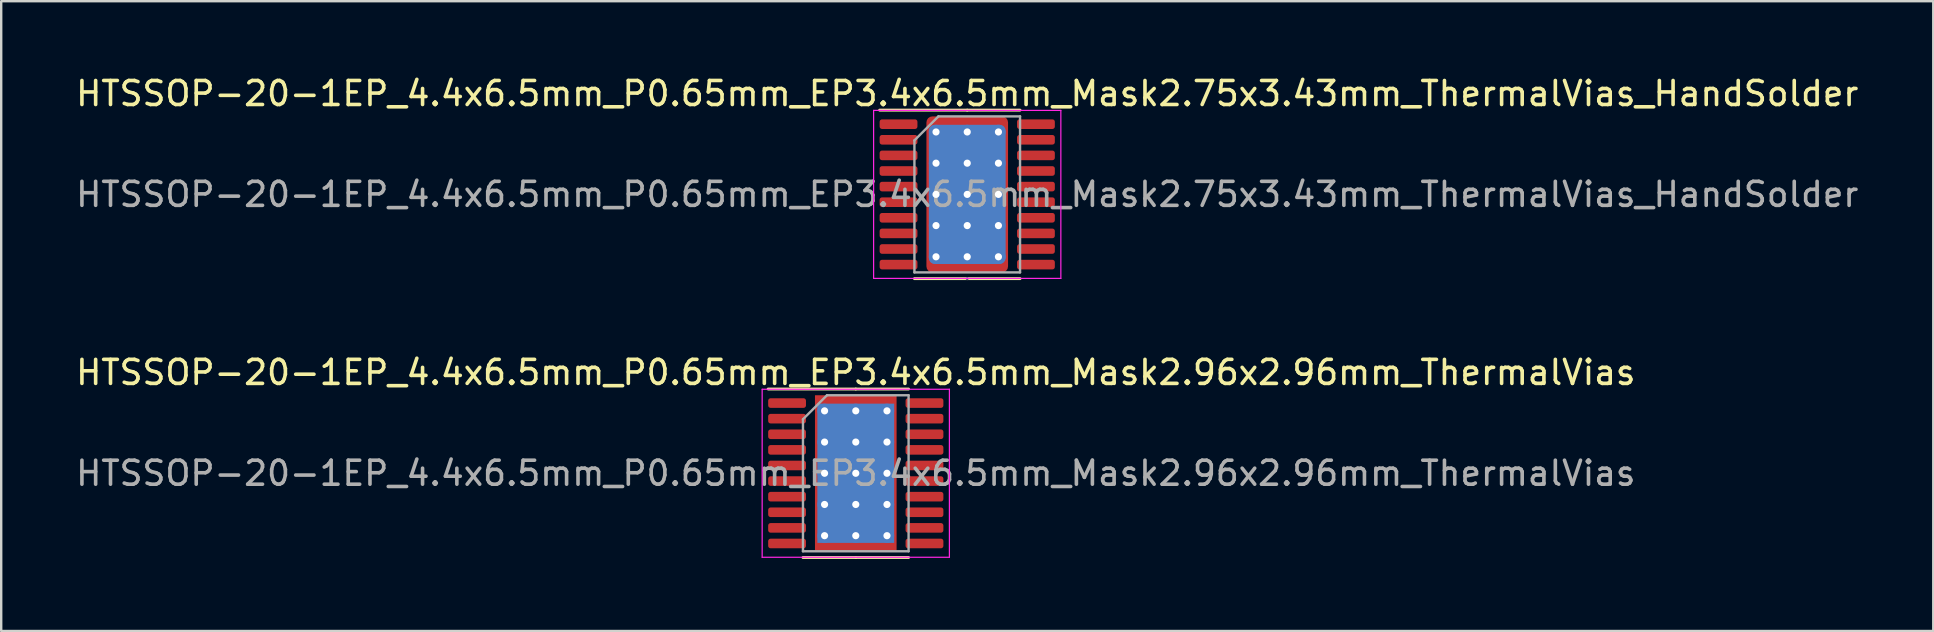
<source format=kicad_pcb>
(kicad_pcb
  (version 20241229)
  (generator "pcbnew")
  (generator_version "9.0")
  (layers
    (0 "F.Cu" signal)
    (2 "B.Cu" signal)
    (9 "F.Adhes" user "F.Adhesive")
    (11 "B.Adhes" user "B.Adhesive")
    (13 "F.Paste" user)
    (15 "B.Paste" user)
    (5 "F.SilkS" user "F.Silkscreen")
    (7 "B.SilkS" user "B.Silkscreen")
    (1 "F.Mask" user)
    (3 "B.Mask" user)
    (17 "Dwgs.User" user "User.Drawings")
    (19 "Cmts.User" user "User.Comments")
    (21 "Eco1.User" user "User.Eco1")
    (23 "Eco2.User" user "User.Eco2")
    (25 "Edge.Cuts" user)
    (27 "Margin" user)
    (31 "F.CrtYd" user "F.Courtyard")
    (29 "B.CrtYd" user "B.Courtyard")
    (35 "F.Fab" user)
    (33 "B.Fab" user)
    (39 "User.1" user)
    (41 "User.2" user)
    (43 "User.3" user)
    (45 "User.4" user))
  (footprint "HTSSOP-20-1EP_4.4x6.5mm_P0.65mm_EP3.4x6.5mm_Mask2.75x3.43mm_ThermalVias_HandSolder"
    (layer "F.Cu")
    (at 37.244 5.048)
    (property "Reference" "HTSSOP-20-1EP_4.4x6.5mm_P0.65mm_EP3.4x6.5mm_Mask2.75x3.43mm_ThermalVias_HandSolder" (at 0 -4.2 0) (layer "F.SilkS") (effects (font (size 1 1) (thickness 0.15))))
    (attr smd)
    (fp_line (start 0 -3.51) (end -3.65 -3.51) (stroke (width 0.12) (type solid)) (layer "F.SilkS"))
    (fp_line (start 0 -3.51) (end 2.2 -3.51) (stroke (width 0.12) (type solid)) (layer "F.SilkS"))
    (fp_line (start 0 3.51) (end -2.2 3.51) (stroke (width 0.12) (type solid)) (layer "F.SilkS"))
    (fp_line (start 0 3.51) (end 2.2 3.51) (stroke (width 0.12) (type solid)) (layer "F.SilkS"))
    (fp_line (start -3.9 -3.5) (end -3.9 3.5) (stroke (width 0.05) (type solid)) (layer "F.CrtYd"))
    (fp_line (start -3.9 3.5) (end 3.9 3.5) (stroke (width 0.05) (type solid)) (layer "F.CrtYd"))
    (fp_line (start 3.9 -3.5) (end -3.9 -3.5) (stroke (width 0.05) (type solid)) (layer "F.CrtYd"))
    (fp_line (start 3.9 3.5) (end 3.9 -3.5) (stroke (width 0.05) (type solid)) (layer "F.CrtYd"))
    (fp_line (start 0 3.51) (end 0 3.51) (stroke (width 0.12) (type solid)) (layer "B.Fab"))
    (fp_line (start -2.2 -2.25) (end -1.2 -3.25) (stroke (width 0.1) (type solid)) (layer "F.Fab"))
    (fp_line (start -2.2 3.25) (end -2.2 -2.25) (stroke (width 0.1) (type solid)) (layer "F.Fab"))
    (fp_line (start -1.2 -3.25) (end 2.2 -3.25) (stroke (width 0.1) (type solid)) (layer "F.Fab"))
    (fp_line (start 2.2 -3.25) (end 2.2 3.25) (stroke (width 0.1) (type solid)) (layer "F.Fab"))
    (fp_line (start 2.2 3.25) (end -2.2 3.25) (stroke (width 0.1) (type solid)) (layer "F.Fab"))
    (fp_text user "${REFERENCE}" (at 0 0 0) (layer "F.Fab") (effects (font (size 1 1) (thickness 0.15))))
    (pad "" smd roundrect (at -0.69 -0.86) (size 1.11 1.38) (layers "F.Paste") (roundrect_rratio 0.225))
    (pad "" smd roundrect (at -0.69 0.86) (size 1.11 1.38) (layers "F.Paste") (roundrect_rratio 0.225))
    (pad "" smd roundrect (at 0 0) (size 2.75 3.43) (layers "*.Mask") (roundrect_rratio 0.091))
    (pad "" smd roundrect (at 0.69 -0.86) (size 1.11 1.38) (layers "F.Paste") (roundrect_rratio 0.225))
    (pad "" smd roundrect (at 0.69 0.86) (size 1.11 1.38) (layers "F.Paste") (roundrect_rratio 0.225))
    (pad "1" smd roundrect (at -2.862 -2.925) (size 1.575 0.4) (layers "F.Cu" "F.Mask" "F.Paste") (roundrect_rratio 0.25))
    (pad "2" smd roundrect (at -2.862 -2.275) (size 1.575 0.4) (layers "F.Cu" "F.Mask" "F.Paste") (roundrect_rratio 0.25))
    (pad "3" smd roundrect (at -2.862 -1.625) (size 1.575 0.4) (layers "F.Cu" "F.Mask" "F.Paste") (roundrect_rratio 0.25))
    (pad "4" smd roundrect (at -2.862 -0.975) (size 1.575 0.4) (layers "F.Cu" "F.Mask" "F.Paste") (roundrect_rratio 0.25))
    (pad "5" smd roundrect (at -2.862 -0.325) (size 1.575 0.4) (layers "F.Cu" "F.Mask" "F.Paste") (roundrect_rratio 0.25))
    (pad "6" smd roundrect (at -2.862 0.325) (size 1.575 0.4) (layers "F.Cu" "F.Mask" "F.Paste") (roundrect_rratio 0.25))
    (pad "7" smd roundrect (at -2.862 0.975) (size 1.575 0.4) (layers "F.Cu" "F.Mask" "F.Paste") (roundrect_rratio 0.25))
    (pad "8" smd roundrect (at -2.862 1.625) (size 1.575 0.4) (layers "F.Cu" "F.Mask" "F.Paste") (roundrect_rratio 0.25))
    (pad "9" smd roundrect (at -2.862 2.275) (size 1.575 0.4) (layers "F.Cu" "F.Mask" "F.Paste") (roundrect_rratio 0.25))
    (pad "10" smd roundrect (at -2.862 2.925) (size 1.575 0.4) (layers "F.Cu" "F.Mask" "F.Paste") (roundrect_rratio 0.25))
    (pad "11" smd roundrect (at 2.862 2.925) (size 1.575 0.4) (layers "F.Cu" "F.Mask" "F.Paste") (roundrect_rratio 0.25))
    (pad "12" smd roundrect (at 2.862 2.275) (size 1.575 0.4) (layers "F.Cu" "F.Mask" "F.Paste") (roundrect_rratio 0.25))
    (pad "13" smd roundrect (at 2.862 1.625) (size 1.575 0.4) (layers "F.Cu" "F.Mask" "F.Paste") (roundrect_rratio 0.25))
    (pad "14" smd roundrect (at 2.862 0.975) (size 1.575 0.4) (layers "F.Cu" "F.Mask" "F.Paste") (roundrect_rratio 0.25))
    (pad "15" smd roundrect (at 2.862 0.325) (size 1.575 0.4) (layers "F.Cu" "F.Mask" "F.Paste") (roundrect_rratio 0.25))
    (pad "16" smd roundrect (at 2.862 -0.325) (size 1.575 0.4) (layers "F.Cu" "F.Mask" "F.Paste") (roundrect_rratio 0.25))
    (pad "17" smd roundrect (at 2.862 -0.975) (size 1.575 0.4) (layers "F.Cu" "F.Mask" "F.Paste") (roundrect_rratio 0.25))
    (pad "18" smd roundrect (at 2.862 -1.625) (size 1.575 0.4) (layers "F.Cu" "F.Mask" "F.Paste") (roundrect_rratio 0.25))
    (pad "19" smd roundrect (at 2.862 -2.275) (size 1.575 0.4) (layers "F.Cu" "F.Mask" "F.Paste") (roundrect_rratio 0.25))
    (pad "20" smd roundrect (at 2.862 -2.925) (size 1.575 0.4) (layers "F.Cu" "F.Mask" "F.Paste") (roundrect_rratio 0.25))
    (pad "21" thru_hole circle (at -1.3 -2.6) (size 0.6 0.6) (drill 0.3) (layers "*.Cu"))
    (pad "21" thru_hole circle (at -1.3 -1.3) (size 0.6 0.6) (drill 0.3) (layers "*.Cu"))
    (pad "21" thru_hole circle (at -1.3 0) (size 0.6 0.6) (drill 0.3) (layers "*.Cu"))
    (pad "21" thru_hole circle (at -1.3 1.3) (size 0.6 0.6) (drill 0.3) (layers "*.Cu"))
    (pad "21" thru_hole circle (at -1.3 2.6) (size 0.6 0.6) (drill 0.3) (layers "*.Cu"))
    (pad "21" thru_hole circle (at 0 -2.6) (size 0.6 0.6) (drill 0.3) (layers "*.Cu"))
    (pad "21" thru_hole circle (at 0 -1.3) (size 0.6 0.6) (drill 0.3) (layers "*.Cu"))
    (pad "21" thru_hole circle (at 0 0) (size 0.6 0.6) (drill 0.3) (layers "*.Cu"))
    (pad "21" smd roundrect (at 0 0) (size 3.2 5.8) (layers "B.Cu") (roundrect_rratio 0.078))
    (pad "21" smd roundrect (at 0 0) (size 3.4 6.5) (layers "F.Cu") (roundrect_rratio 0.074))
    (pad "21" thru_hole circle (at 0 1.3) (size 0.6 0.6) (drill 0.3) (layers "*.Cu"))
    (pad "21" thru_hole circle (at 0 2.6) (size 0.6 0.6) (drill 0.3) (layers "*.Cu"))
    (pad "21" thru_hole circle (at 1.3 -2.6) (size 0.6 0.6) (drill 0.3) (layers "*.Cu"))
    (pad "21" thru_hole circle (at 1.3 -1.3) (size 0.6 0.6) (drill 0.3) (layers "*.Cu"))
    (pad "21" thru_hole circle (at 1.3 0) (size 0.6 0.6) (drill 0.3) (layers "*.Cu"))
    (pad "21" thru_hole circle (at 1.3 1.3) (size 0.6 0.6) (drill 0.3) (layers "*.Cu"))
    (pad "21" thru_hole circle (at 1.3 2.6) (size 0.6 0.6) (drill 0.3) (layers "*.Cu")))
  (footprint "HTSSOP-20-1EP_4.4x6.5mm_P0.65mm_EP3.4x6.5mm_Mask2.96x2.96mm_ThermalVias"
    (layer "F.Cu")
    (at 32.601 16.666)
    (property "Reference" "HTSSOP-20-1EP_4.4x6.5mm_P0.65mm_EP3.4x6.5mm_Mask2.96x2.96mm_ThermalVias" (at 0 -4.2 0) (layer "F.SilkS") (effects (font (size 1 1) (thickness 0.15))))
    (attr smd)
    (fp_line (start 0 -3.51) (end -3.65 -3.51) (stroke (width 0.12) (type solid)) (layer "F.SilkS"))
    (fp_line (start 0 -3.51) (end 2.2 -3.51) (stroke (width 0.12) (type solid)) (layer "F.SilkS"))
    (fp_line (start 0 3.51) (end -2.2 3.51) (stroke (width 0.12) (type solid)) (layer "F.SilkS"))
    (fp_line (start 0 3.51) (end 2.2 3.51) (stroke (width 0.12) (type solid)) (layer "F.SilkS"))
    (fp_line (start -3.9 -3.5) (end -3.9 3.5) (stroke (width 0.05) (type solid)) (layer "F.CrtYd"))
    (fp_line (start -3.9 3.5) (end 3.9 3.5) (stroke (width 0.05) (type solid)) (layer "F.CrtYd"))
    (fp_line (start 3.9 -3.5) (end -3.9 -3.5) (stroke (width 0.05) (type solid)) (layer "F.CrtYd"))
    (fp_line (start 3.9 3.5) (end 3.9 -3.5) (stroke (width 0.05) (type solid)) (layer "F.CrtYd"))
    (fp_line (start -2.2 -2.25) (end -1.2 -3.25) (stroke (width 0.1) (type solid)) (layer "F.Fab"))
    (fp_line (start -2.2 3.25) (end -2.2 -2.25) (stroke (width 0.1) (type solid)) (layer "F.Fab"))
    (fp_line (start -1.2 -3.25) (end 2.2 -3.25) (stroke (width 0.1) (type solid)) (layer "F.Fab"))
    (fp_line (start 2.2 -3.25) (end 2.2 3.25) (stroke (width 0.1) (type solid)) (layer "F.Fab"))
    (fp_line (start 2.2 3.25) (end -2.2 3.25) (stroke (width 0.1) (type solid)) (layer "F.Fab"))
    (fp_text user "${REFERENCE}" (at 0 0 0) (layer "F.Fab") (effects (font (size 1 1) (thickness 0.15))))
    (pad "" smd roundrect (at -0.74 -0.74) (size 1.19 1.19) (layers "F.Paste") (roundrect_rratio 0.21))
    (pad "" smd roundrect (at -0.74 0.74) (size 1.19 1.19) (layers "F.Paste") (roundrect_rratio 0.21))
    (pad "" smd rect (at 0 0) (size 2.96 2.96) (layers "F.Mask"))
    (pad "" smd roundrect (at 0.74 -0.74) (size 1.19 1.19) (layers "F.Paste") (roundrect_rratio 0.21))
    (pad "" smd roundrect (at 0.74 0.74) (size 1.19 1.19) (layers "F.Paste") (roundrect_rratio 0.21))
    (pad "1" smd roundrect (at -2.862 -2.925) (size 1.575 0.4) (layers "F.Cu" "F.Mask" "F.Paste") (roundrect_rratio 0.25))
    (pad "2" smd roundrect (at -2.862 -2.275) (size 1.575 0.4) (layers "F.Cu" "F.Mask" "F.Paste") (roundrect_rratio 0.25))
    (pad "3" smd roundrect (at -2.862 -1.625) (size 1.575 0.4) (layers "F.Cu" "F.Mask" "F.Paste") (roundrect_rratio 0.25))
    (pad "4" smd roundrect (at -2.862 -0.975) (size 1.575 0.4) (layers "F.Cu" "F.Mask" "F.Paste") (roundrect_rratio 0.25))
    (pad "5" smd roundrect (at -2.862 -0.325) (size 1.575 0.4) (layers "F.Cu" "F.Mask" "F.Paste") (roundrect_rratio 0.25))
    (pad "6" smd roundrect (at -2.862 0.325) (size 1.575 0.4) (layers "F.Cu" "F.Mask" "F.Paste") (roundrect_rratio 0.25))
    (pad "7" smd roundrect (at -2.862 0.975) (size 1.575 0.4) (layers "F.Cu" "F.Mask" "F.Paste") (roundrect_rratio 0.25))
    (pad "8" smd roundrect (at -2.862 1.625) (size 1.575 0.4) (layers "F.Cu" "F.Mask" "F.Paste") (roundrect_rratio 0.25))
    (pad "9" smd roundrect (at -2.862 2.275) (size 1.575 0.4) (layers "F.Cu" "F.Mask" "F.Paste") (roundrect_rratio 0.25))
    (pad "10" smd roundrect (at -2.862 2.925) (size 1.575 0.4) (layers "F.Cu" "F.Mask" "F.Paste") (roundrect_rratio 0.25))
    (pad "11" smd roundrect (at 2.862 2.925) (size 1.575 0.4) (layers "F.Cu" "F.Mask" "F.Paste") (roundrect_rratio 0.25))
    (pad "12" smd roundrect (at 2.862 2.275) (size 1.575 0.4) (layers "F.Cu" "F.Mask" "F.Paste") (roundrect_rratio 0.25))
    (pad "13" smd roundrect (at 2.862 1.625) (size 1.575 0.4) (layers "F.Cu" "F.Mask" "F.Paste") (roundrect_rratio 0.25))
    (pad "14" smd roundrect (at 2.862 0.975) (size 1.575 0.4) (layers "F.Cu" "F.Mask" "F.Paste") (roundrect_rratio 0.25))
    (pad "15" smd roundrect (at 2.862 0.325) (size 1.575 0.4) (layers "F.Cu" "F.Mask" "F.Paste") (roundrect_rratio 0.25))
    (pad "16" smd roundrect (at 2.862 -0.325) (size 1.575 0.4) (layers "F.Cu" "F.Mask" "F.Paste") (roundrect_rratio 0.25))
    (pad "17" smd roundrect (at 2.862 -0.975) (size 1.575 0.4) (layers "F.Cu" "F.Mask" "F.Paste") (roundrect_rratio 0.25))
    (pad "18" smd roundrect (at 2.862 -1.625) (size 1.575 0.4) (layers "F.Cu" "F.Mask" "F.Paste") (roundrect_rratio 0.25))
    (pad "19" smd roundrect (at 2.862 -2.275) (size 1.575 0.4) (layers "F.Cu" "F.Mask" "F.Paste") (roundrect_rratio 0.25))
    (pad "20" smd roundrect (at 2.862 -2.925) (size 1.575 0.4) (layers "F.Cu" "F.Mask" "F.Paste") (roundrect_rratio 0.25))
    (pad "21" thru_hole circle (at -1.3 -2.6) (size 0.6 0.6) (drill 0.3) (layers "*.Cu"))
    (pad "21" thru_hole circle (at -1.3 -1.3) (size 0.6 0.6) (drill 0.3) (layers "*.Cu"))
    (pad "21" thru_hole circle (at -1.3 0) (size 0.6 0.6) (drill 0.3) (layers "*.Cu"))
    (pad "21" thru_hole circle (at -1.3 1.3) (size 0.6 0.6) (drill 0.3) (layers "*.Cu"))
    (pad "21" thru_hole circle (at -1.3 2.6) (size 0.6 0.6) (drill 0.3) (layers "*.Cu"))
    (pad "21" thru_hole circle (at 0 -2.6) (size 0.6 0.6) (drill 0.3) (layers "*.Cu"))
    (pad "21" thru_hole circle (at 0 -1.3) (size 0.6 0.6) (drill 0.3) (layers "*.Cu"))
    (pad "21" thru_hole circle (at 0 0) (size 0.6 0.6) (drill 0.3) (layers "*.Cu"))
    (pad "21" smd rect (at 0 0) (size 3.2 5.8) (layers "B.Cu"))
    (pad "21" smd rect (at 0 0) (size 3.4 6.5) (layers "F.Cu"))
    (pad "21" thru_hole circle (at 0 1.3) (size 0.6 0.6) (drill 0.3) (layers "*.Cu"))
    (pad "21" thru_hole circle (at 0 2.6) (size 0.6 0.6) (drill 0.3) (layers "*.Cu"))
    (pad "21" thru_hole circle (at 1.3 -2.6) (size 0.6 0.6) (drill 0.3) (layers "*.Cu"))
    (pad "21" thru_hole circle (at 1.3 -1.3) (size 0.6 0.6) (drill 0.3) (layers "*.Cu"))
    (pad "21" thru_hole circle (at 1.3 0) (size 0.6 0.6) (drill 0.3) (layers "*.Cu"))
    (pad "21" thru_hole circle (at 1.3 1.3) (size 0.6 0.6) (drill 0.3) (layers "*.Cu"))
    (pad "21" thru_hole circle (at 1.3 2.6) (size 0.6 0.6) (drill 0.3) (layers "*.Cu")))
  (gr_rect
    (start -3 -3)
    (end 77.488 23.236)
    (stroke (width 0.1) (type default))
    (fill no)
    (layer "Edge.Cuts")))
</source>
